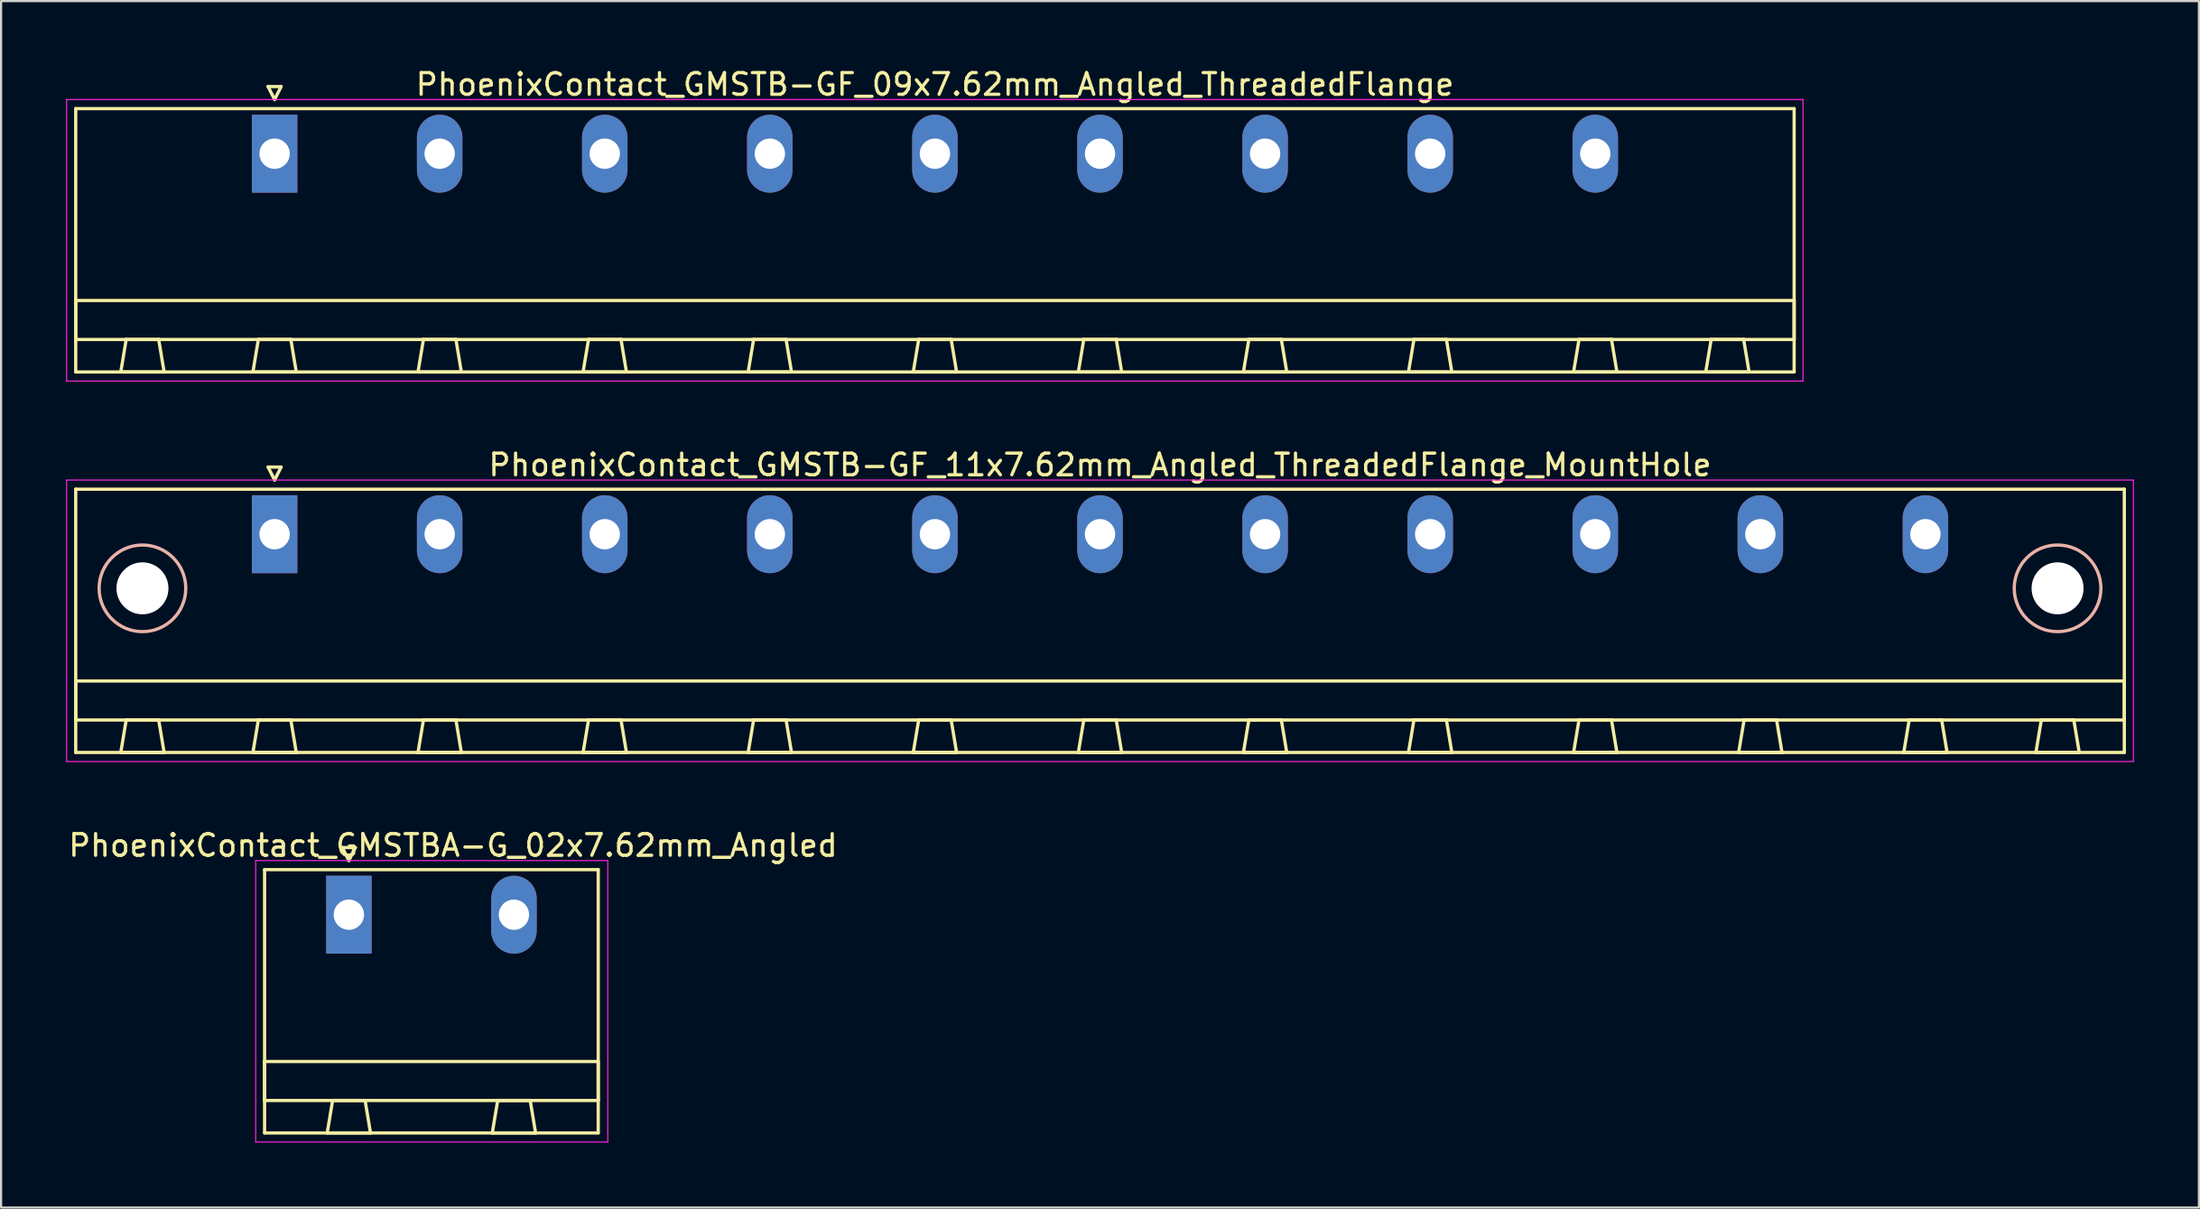
<source format=kicad_pcb>
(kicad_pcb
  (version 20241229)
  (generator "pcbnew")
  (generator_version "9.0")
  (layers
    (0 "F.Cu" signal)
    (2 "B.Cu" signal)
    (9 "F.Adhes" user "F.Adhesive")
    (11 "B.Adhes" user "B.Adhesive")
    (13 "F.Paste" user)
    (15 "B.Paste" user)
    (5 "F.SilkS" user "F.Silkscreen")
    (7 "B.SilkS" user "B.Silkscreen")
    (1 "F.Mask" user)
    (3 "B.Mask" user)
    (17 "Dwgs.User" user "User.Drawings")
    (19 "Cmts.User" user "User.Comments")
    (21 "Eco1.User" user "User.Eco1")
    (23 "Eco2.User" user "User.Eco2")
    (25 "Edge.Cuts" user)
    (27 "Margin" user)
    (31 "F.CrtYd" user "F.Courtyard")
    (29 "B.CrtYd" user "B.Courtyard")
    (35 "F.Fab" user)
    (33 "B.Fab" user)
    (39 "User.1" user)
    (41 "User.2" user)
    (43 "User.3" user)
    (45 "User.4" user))
  (footprint "PhoenixContact_GMSTB-GF_09x7.62mm_Angled_ThreadedFlange"
    (layer "F.Cu")
    (at 9.625 4.048)
    (property "Reference" "PhoenixContact_GMSTB-GF_09x7.62mm_Angled_ThreadedFlange" (at 30.48 -3.2 0) (layer "F.SilkS") (effects (font (size 1 1) (thickness 0.15))))
    (attr through_hole)
    (fp_line (start -9.18 -2.08) (end -9.18 10.08) (stroke (width 0.15) (type solid)) (layer "F.SilkS"))
    (fp_line (start -9.18 6.78) (end 70.14 6.78) (stroke (width 0.15) (type solid)) (layer "F.SilkS"))
    (fp_line (start -9.18 8.58) (end -9.18 6.78) (stroke (width 0.15) (type solid)) (layer "F.SilkS"))
    (fp_line (start -9.18 10.08) (end 70.14 10.08) (stroke (width 0.15) (type solid)) (layer "F.SilkS"))
    (fp_line (start -7.1 10.08) (end -5.1 10.08) (stroke (width 0.15) (type solid)) (layer "F.SilkS"))
    (fp_line (start -6.85 8.58) (end -7.1 10.08) (stroke (width 0.15) (type solid)) (layer "F.SilkS"))
    (fp_line (start -5.35 8.58) (end -6.85 8.58) (stroke (width 0.15) (type solid)) (layer "F.SilkS"))
    (fp_line (start -5.1 10.08) (end -5.35 8.58) (stroke (width 0.15) (type solid)) (layer "F.SilkS"))
    (fp_line (start -1 10.08) (end 1 10.08) (stroke (width 0.15) (type solid)) (layer "F.SilkS"))
    (fp_line (start -0.75 8.58) (end -1 10.08) (stroke (width 0.15) (type solid)) (layer "F.SilkS"))
    (fp_line (start -0.3 -3.1) (end 0 -2.5) (stroke (width 0.15) (type solid)) (layer "F.SilkS"))
    (fp_line (start 0 -2.5) (end 0.3 -3.1) (stroke (width 0.15) (type solid)) (layer "F.SilkS"))
    (fp_line (start 0.3 -3.1) (end -0.3 -3.1) (stroke (width 0.15) (type solid)) (layer "F.SilkS"))
    (fp_line (start 0.75 8.58) (end -0.75 8.58) (stroke (width 0.15) (type solid)) (layer "F.SilkS"))
    (fp_line (start 1 10.08) (end 0.75 8.58) (stroke (width 0.15) (type solid)) (layer "F.SilkS"))
    (fp_line (start 6.62 10.08) (end 8.62 10.08) (stroke (width 0.15) (type solid)) (layer "F.SilkS"))
    (fp_line (start 6.87 8.58) (end 6.62 10.08) (stroke (width 0.15) (type solid)) (layer "F.SilkS"))
    (fp_line (start 8.37 8.58) (end 6.87 8.58) (stroke (width 0.15) (type solid)) (layer "F.SilkS"))
    (fp_line (start 8.62 10.08) (end 8.37 8.58) (stroke (width 0.15) (type solid)) (layer "F.SilkS"))
    (fp_line (start 14.24 10.08) (end 16.24 10.08) (stroke (width 0.15) (type solid)) (layer "F.SilkS"))
    (fp_line (start 14.49 8.58) (end 14.24 10.08) (stroke (width 0.15) (type solid)) (layer "F.SilkS"))
    (fp_line (start 15.99 8.58) (end 14.49 8.58) (stroke (width 0.15) (type solid)) (layer "F.SilkS"))
    (fp_line (start 16.24 10.08) (end 15.99 8.58) (stroke (width 0.15) (type solid)) (layer "F.SilkS"))
    (fp_line (start 21.86 10.08) (end 23.86 10.08) (stroke (width 0.15) (type solid)) (layer "F.SilkS"))
    (fp_line (start 22.11 8.58) (end 21.86 10.08) (stroke (width 0.15) (type solid)) (layer "F.SilkS"))
    (fp_line (start 23.61 8.58) (end 22.11 8.58) (stroke (width 0.15) (type solid)) (layer "F.SilkS"))
    (fp_line (start 23.86 10.08) (end 23.61 8.58) (stroke (width 0.15) (type solid)) (layer "F.SilkS"))
    (fp_line (start 29.48 10.08) (end 31.48 10.08) (stroke (width 0.15) (type solid)) (layer "F.SilkS"))
    (fp_line (start 29.73 8.58) (end 29.48 10.08) (stroke (width 0.15) (type solid)) (layer "F.SilkS"))
    (fp_line (start 31.23 8.58) (end 29.73 8.58) (stroke (width 0.15) (type solid)) (layer "F.SilkS"))
    (fp_line (start 31.48 10.08) (end 31.23 8.58) (stroke (width 0.15) (type solid)) (layer "F.SilkS"))
    (fp_line (start 37.1 10.08) (end 39.1 10.08) (stroke (width 0.15) (type solid)) (layer "F.SilkS"))
    (fp_line (start 37.35 8.58) (end 37.1 10.08) (stroke (width 0.15) (type solid)) (layer "F.SilkS"))
    (fp_line (start 38.85 8.58) (end 37.35 8.58) (stroke (width 0.15) (type solid)) (layer "F.SilkS"))
    (fp_line (start 39.1 10.08) (end 38.85 8.58) (stroke (width 0.15) (type solid)) (layer "F.SilkS"))
    (fp_line (start 44.72 10.08) (end 46.72 10.08) (stroke (width 0.15) (type solid)) (layer "F.SilkS"))
    (fp_line (start 44.97 8.58) (end 44.72 10.08) (stroke (width 0.15) (type solid)) (layer "F.SilkS"))
    (fp_line (start 46.47 8.58) (end 44.97 8.58) (stroke (width 0.15) (type solid)) (layer "F.SilkS"))
    (fp_line (start 46.72 10.08) (end 46.47 8.58) (stroke (width 0.15) (type solid)) (layer "F.SilkS"))
    (fp_line (start 52.34 10.08) (end 54.34 10.08) (stroke (width 0.15) (type solid)) (layer "F.SilkS"))
    (fp_line (start 52.59 8.58) (end 52.34 10.08) (stroke (width 0.15) (type solid)) (layer "F.SilkS"))
    (fp_line (start 54.09 8.58) (end 52.59 8.58) (stroke (width 0.15) (type solid)) (layer "F.SilkS"))
    (fp_line (start 54.34 10.08) (end 54.09 8.58) (stroke (width 0.15) (type solid)) (layer "F.SilkS"))
    (fp_line (start 59.96 10.08) (end 61.96 10.08) (stroke (width 0.15) (type solid)) (layer "F.SilkS"))
    (fp_line (start 60.21 8.58) (end 59.96 10.08) (stroke (width 0.15) (type solid)) (layer "F.SilkS"))
    (fp_line (start 61.71 8.58) (end 60.21 8.58) (stroke (width 0.15) (type solid)) (layer "F.SilkS"))
    (fp_line (start 61.96 10.08) (end 61.71 8.58) (stroke (width 0.15) (type solid)) (layer "F.SilkS"))
    (fp_line (start 66.06 10.08) (end 68.06 10.08) (stroke (width 0.15) (type solid)) (layer "F.SilkS"))
    (fp_line (start 66.31 8.58) (end 66.06 10.08) (stroke (width 0.15) (type solid)) (layer "F.SilkS"))
    (fp_line (start 67.81 8.58) (end 66.31 8.58) (stroke (width 0.15) (type solid)) (layer "F.SilkS"))
    (fp_line (start 68.06 10.08) (end 67.81 8.58) (stroke (width 0.15) (type solid)) (layer "F.SilkS"))
    (fp_line (start 70.14 -2.08) (end -9.18 -2.08) (stroke (width 0.15) (type solid)) (layer "F.SilkS"))
    (fp_line (start 70.14 6.78) (end 70.14 8.58) (stroke (width 0.15) (type solid)) (layer "F.SilkS"))
    (fp_line (start 70.14 8.58) (end -9.18 8.58) (stroke (width 0.15) (type solid)) (layer "F.SilkS"))
    (fp_line (start 70.14 10.08) (end 70.14 -2.08) (stroke (width 0.15) (type solid)) (layer "F.SilkS"))
    (fp_line (start -9.6 -2.5) (end -9.6 10.5) (stroke (width 0.05) (type solid)) (layer "F.CrtYd"))
    (fp_line (start -9.6 10.5) (end 70.55 10.5) (stroke (width 0.05) (type solid)) (layer "F.CrtYd"))
    (fp_line (start 70.55 -2.5) (end -9.6 -2.5) (stroke (width 0.05) (type solid)) (layer "F.CrtYd"))
    (fp_line (start 70.55 10.5) (end 70.55 -2.5) (stroke (width 0.05) (type solid)) (layer "F.CrtYd"))
    (pad "1" thru_hole rect (at 0 0) (size 2.1 3.6) (drill 1.4) (layers "*.Cu" "*.Mask"))
    (pad "2" thru_hole oval (at 7.62 0) (size 2.1 3.6) (drill 1.4) (layers "*.Cu" "*.Mask"))
    (pad "3" thru_hole oval (at 15.24 0) (size 2.1 3.6) (drill 1.4) (layers "*.Cu" "*.Mask"))
    (pad "4" thru_hole oval (at 22.86 0) (size 2.1 3.6) (drill 1.4) (layers "*.Cu" "*.Mask"))
    (pad "5" thru_hole oval (at 30.48 0) (size 2.1 3.6) (drill 1.4) (layers "*.Cu" "*.Mask"))
    (pad "6" thru_hole oval (at 38.1 0) (size 2.1 3.6) (drill 1.4) (layers "*.Cu" "*.Mask"))
    (pad "7" thru_hole oval (at 45.72 0) (size 2.1 3.6) (drill 1.4) (layers "*.Cu" "*.Mask"))
    (pad "8" thru_hole oval (at 53.34 0) (size 2.1 3.6) (drill 1.4) (layers "*.Cu" "*.Mask"))
    (pad "9" thru_hole oval (at 60.96 0) (size 2.1 3.6) (drill 1.4) (layers "*.Cu" "*.Mask")))
  (footprint "PhoenixContact_GMSTBA-G_02x7.62mm_Angled"
    (layer "F.Cu")
    (at 13.053 39.195)
    (property "Reference" "PhoenixContact_GMSTBA-G_02x7.62mm_Angled" (at 4.81 -3.2 0) (layer "F.SilkS") (effects (font (size 1 1) (thickness 0.15))))
    (attr through_hole)
    (fp_line (start -3.89 -2.08) (end -3.89 10.08) (stroke (width 0.15) (type solid)) (layer "F.SilkS"))
    (fp_line (start -3.89 6.78) (end 11.51 6.78) (stroke (width 0.15) (type solid)) (layer "F.SilkS"))
    (fp_line (start -3.89 8.58) (end -3.89 6.78) (stroke (width 0.15) (type solid)) (layer "F.SilkS"))
    (fp_line (start -3.89 10.08) (end 11.51 10.08) (stroke (width 0.15) (type solid)) (layer "F.SilkS"))
    (fp_line (start -1 10.08) (end 1 10.08) (stroke (width 0.15) (type solid)) (layer "F.SilkS"))
    (fp_line (start -0.75 8.58) (end -1 10.08) (stroke (width 0.15) (type solid)) (layer "F.SilkS"))
    (fp_line (start -0.3 -3.1) (end 0 -2.5) (stroke (width 0.15) (type solid)) (layer "F.SilkS"))
    (fp_line (start 0 -2.5) (end 0.3 -3.1) (stroke (width 0.15) (type solid)) (layer "F.SilkS"))
    (fp_line (start 0.3 -3.1) (end -0.3 -3.1) (stroke (width 0.15) (type solid)) (layer "F.SilkS"))
    (fp_line (start 0.75 8.58) (end -0.75 8.58) (stroke (width 0.15) (type solid)) (layer "F.SilkS"))
    (fp_line (start 1 10.08) (end 0.75 8.58) (stroke (width 0.15) (type solid)) (layer "F.SilkS"))
    (fp_line (start 6.62 10.08) (end 8.62 10.08) (stroke (width 0.15) (type solid)) (layer "F.SilkS"))
    (fp_line (start 6.87 8.58) (end 6.62 10.08) (stroke (width 0.15) (type solid)) (layer "F.SilkS"))
    (fp_line (start 8.37 8.58) (end 6.87 8.58) (stroke (width 0.15) (type solid)) (layer "F.SilkS"))
    (fp_line (start 8.62 10.08) (end 8.37 8.58) (stroke (width 0.15) (type solid)) (layer "F.SilkS"))
    (fp_line (start 11.51 -2.08) (end -3.89 -2.08) (stroke (width 0.15) (type solid)) (layer "F.SilkS"))
    (fp_line (start 11.51 6.78) (end 11.51 8.58) (stroke (width 0.15) (type solid)) (layer "F.SilkS"))
    (fp_line (start 11.51 8.58) (end -3.89 8.58) (stroke (width 0.15) (type solid)) (layer "F.SilkS"))
    (fp_line (start 11.51 10.08) (end 11.51 -2.08) (stroke (width 0.15) (type solid)) (layer "F.SilkS"))
    (fp_line (start -4.3 -2.5) (end -4.3 10.5) (stroke (width 0.05) (type solid)) (layer "F.CrtYd"))
    (fp_line (start -4.3 10.5) (end 11.95 10.5) (stroke (width 0.05) (type solid)) (layer "F.CrtYd"))
    (fp_line (start 11.95 -2.5) (end -4.3 -2.5) (stroke (width 0.05) (type solid)) (layer "F.CrtYd"))
    (fp_line (start 11.95 10.5) (end 11.95 -2.5) (stroke (width 0.05) (type solid)) (layer "F.CrtYd"))
    (pad "1" thru_hole rect (at 0 0) (size 2.1 3.6) (drill 1.4) (layers "*.Cu" "*.Mask"))
    (pad "2" thru_hole oval (at 7.62 0) (size 2.1 3.6) (drill 1.4) (layers "*.Cu" "*.Mask")))
  (footprint "PhoenixContact_GMSTB-GF_11x7.62mm_Angled_ThreadedFlange_MountHole"
    (layer "F.Cu")
    (at 9.625 21.622)
    (property "Reference" "PhoenixContact_GMSTB-GF_11x7.62mm_Angled_ThreadedFlange_MountHole" (at 38.1 -3.2 0) (layer "F.SilkS") (effects (font (size 1 1) (thickness 0.15))))
    (attr through_hole)
    (fp_line (start -9.18 -2.08) (end -9.18 10.08) (stroke (width 0.15) (type solid)) (layer "F.SilkS"))
    (fp_line (start -9.18 6.78) (end 85.38 6.78) (stroke (width 0.15) (type solid)) (layer "F.SilkS"))
    (fp_line (start -9.18 8.58) (end -9.18 6.78) (stroke (width 0.15) (type solid)) (layer "F.SilkS"))
    (fp_line (start -9.18 10.08) (end 85.38 10.08) (stroke (width 0.15) (type solid)) (layer "F.SilkS"))
    (fp_line (start -7.1 10.08) (end -5.1 10.08) (stroke (width 0.15) (type solid)) (layer "F.SilkS"))
    (fp_line (start -6.85 8.58) (end -7.1 10.08) (stroke (width 0.15) (type solid)) (layer "F.SilkS"))
    (fp_line (start -5.35 8.58) (end -6.85 8.58) (stroke (width 0.15) (type solid)) (layer "F.SilkS"))
    (fp_line (start -5.1 10.08) (end -5.35 8.58) (stroke (width 0.15) (type solid)) (layer "F.SilkS"))
    (fp_line (start -1 10.08) (end 1 10.08) (stroke (width 0.15) (type solid)) (layer "F.SilkS"))
    (fp_line (start -0.75 8.58) (end -1 10.08) (stroke (width 0.15) (type solid)) (layer "F.SilkS"))
    (fp_line (start -0.3 -3.1) (end 0 -2.5) (stroke (width 0.15) (type solid)) (layer "F.SilkS"))
    (fp_line (start 0 -2.5) (end 0.3 -3.1) (stroke (width 0.15) (type solid)) (layer "F.SilkS"))
    (fp_line (start 0.3 -3.1) (end -0.3 -3.1) (stroke (width 0.15) (type solid)) (layer "F.SilkS"))
    (fp_line (start 0.75 8.58) (end -0.75 8.58) (stroke (width 0.15) (type solid)) (layer "F.SilkS"))
    (fp_line (start 1 10.08) (end 0.75 8.58) (stroke (width 0.15) (type solid)) (layer "F.SilkS"))
    (fp_line (start 6.62 10.08) (end 8.62 10.08) (stroke (width 0.15) (type solid)) (layer "F.SilkS"))
    (fp_line (start 6.87 8.58) (end 6.62 10.08) (stroke (width 0.15) (type solid)) (layer "F.SilkS"))
    (fp_line (start 8.37 8.58) (end 6.87 8.58) (stroke (width 0.15) (type solid)) (layer "F.SilkS"))
    (fp_line (start 8.62 10.08) (end 8.37 8.58) (stroke (width 0.15) (type solid)) (layer "F.SilkS"))
    (fp_line (start 14.24 10.08) (end 16.24 10.08) (stroke (width 0.15) (type solid)) (layer "F.SilkS"))
    (fp_line (start 14.49 8.58) (end 14.24 10.08) (stroke (width 0.15) (type solid)) (layer "F.SilkS"))
    (fp_line (start 15.99 8.58) (end 14.49 8.58) (stroke (width 0.15) (type solid)) (layer "F.SilkS"))
    (fp_line (start 16.24 10.08) (end 15.99 8.58) (stroke (width 0.15) (type solid)) (layer "F.SilkS"))
    (fp_line (start 21.86 10.08) (end 23.86 10.08) (stroke (width 0.15) (type solid)) (layer "F.SilkS"))
    (fp_line (start 22.11 8.58) (end 21.86 10.08) (stroke (width 0.15) (type solid)) (layer "F.SilkS"))
    (fp_line (start 23.61 8.58) (end 22.11 8.58) (stroke (width 0.15) (type solid)) (layer "F.SilkS"))
    (fp_line (start 23.86 10.08) (end 23.61 8.58) (stroke (width 0.15) (type solid)) (layer "F.SilkS"))
    (fp_line (start 29.48 10.08) (end 31.48 10.08) (stroke (width 0.15) (type solid)) (layer "F.SilkS"))
    (fp_line (start 29.73 8.58) (end 29.48 10.08) (stroke (width 0.15) (type solid)) (layer "F.SilkS"))
    (fp_line (start 31.23 8.58) (end 29.73 8.58) (stroke (width 0.15) (type solid)) (layer "F.SilkS"))
    (fp_line (start 31.48 10.08) (end 31.23 8.58) (stroke (width 0.15) (type solid)) (layer "F.SilkS"))
    (fp_line (start 37.1 10.08) (end 39.1 10.08) (stroke (width 0.15) (type solid)) (layer "F.SilkS"))
    (fp_line (start 37.35 8.58) (end 37.1 10.08) (stroke (width 0.15) (type solid)) (layer "F.SilkS"))
    (fp_line (start 38.85 8.58) (end 37.35 8.58) (stroke (width 0.15) (type solid)) (layer "F.SilkS"))
    (fp_line (start 39.1 10.08) (end 38.85 8.58) (stroke (width 0.15) (type solid)) (layer "F.SilkS"))
    (fp_line (start 44.72 10.08) (end 46.72 10.08) (stroke (width 0.15) (type solid)) (layer "F.SilkS"))
    (fp_line (start 44.97 8.58) (end 44.72 10.08) (stroke (width 0.15) (type solid)) (layer "F.SilkS"))
    (fp_line (start 46.47 8.58) (end 44.97 8.58) (stroke (width 0.15) (type solid)) (layer "F.SilkS"))
    (fp_line (start 46.72 10.08) (end 46.47 8.58) (stroke (width 0.15) (type solid)) (layer "F.SilkS"))
    (fp_line (start 52.34 10.08) (end 54.34 10.08) (stroke (width 0.15) (type solid)) (layer "F.SilkS"))
    (fp_line (start 52.59 8.58) (end 52.34 10.08) (stroke (width 0.15) (type solid)) (layer "F.SilkS"))
    (fp_line (start 54.09 8.58) (end 52.59 8.58) (stroke (width 0.15) (type solid)) (layer "F.SilkS"))
    (fp_line (start 54.34 10.08) (end 54.09 8.58) (stroke (width 0.15) (type solid)) (layer "F.SilkS"))
    (fp_line (start 59.96 10.08) (end 61.96 10.08) (stroke (width 0.15) (type solid)) (layer "F.SilkS"))
    (fp_line (start 60.21 8.58) (end 59.96 10.08) (stroke (width 0.15) (type solid)) (layer "F.SilkS"))
    (fp_line (start 61.71 8.58) (end 60.21 8.58) (stroke (width 0.15) (type solid)) (layer "F.SilkS"))
    (fp_line (start 61.96 10.08) (end 61.71 8.58) (stroke (width 0.15) (type solid)) (layer "F.SilkS"))
    (fp_line (start 67.58 10.08) (end 69.58 10.08) (stroke (width 0.15) (type solid)) (layer "F.SilkS"))
    (fp_line (start 67.83 8.58) (end 67.58 10.08) (stroke (width 0.15) (type solid)) (layer "F.SilkS"))
    (fp_line (start 69.33 8.58) (end 67.83 8.58) (stroke (width 0.15) (type solid)) (layer "F.SilkS"))
    (fp_line (start 69.58 10.08) (end 69.33 8.58) (stroke (width 0.15) (type solid)) (layer "F.SilkS"))
    (fp_line (start 75.2 10.08) (end 77.2 10.08) (stroke (width 0.15) (type solid)) (layer "F.SilkS"))
    (fp_line (start 75.45 8.58) (end 75.2 10.08) (stroke (width 0.15) (type solid)) (layer "F.SilkS"))
    (fp_line (start 76.95 8.58) (end 75.45 8.58) (stroke (width 0.15) (type solid)) (layer "F.SilkS"))
    (fp_line (start 77.2 10.08) (end 76.95 8.58) (stroke (width 0.15) (type solid)) (layer "F.SilkS"))
    (fp_line (start 81.3 10.08) (end 83.3 10.08) (stroke (width 0.15) (type solid)) (layer "F.SilkS"))
    (fp_line (start 81.55 8.58) (end 81.3 10.08) (stroke (width 0.15) (type solid)) (layer "F.SilkS"))
    (fp_line (start 83.05 8.58) (end 81.55 8.58) (stroke (width 0.15) (type solid)) (layer "F.SilkS"))
    (fp_line (start 83.3 10.08) (end 83.05 8.58) (stroke (width 0.15) (type solid)) (layer "F.SilkS"))
    (fp_line (start 85.38 -2.08) (end -9.18 -2.08) (stroke (width 0.15) (type solid)) (layer "F.SilkS"))
    (fp_line (start 85.38 6.78) (end 85.38 8.58) (stroke (width 0.15) (type solid)) (layer "F.SilkS"))
    (fp_line (start 85.38 8.58) (end -9.18 8.58) (stroke (width 0.15) (type solid)) (layer "F.SilkS"))
    (fp_line (start 85.38 10.08) (end 85.38 -2.08) (stroke (width 0.15) (type solid)) (layer "F.SilkS"))
    (fp_circle (center -6.1 2.5) (end -4.1 2.5) (stroke (width 0.15) (type solid)) (fill no) (layer "B.SilkS"))
    (fp_circle (center 82.3 2.5) (end 84.3 2.5) (stroke (width 0.15) (type solid)) (fill no) (layer "B.SilkS"))
    (fp_line (start -9.6 -2.5) (end -9.6 10.5) (stroke (width 0.05) (type solid)) (layer "F.CrtYd"))
    (fp_line (start -9.6 10.5) (end 85.8 10.5) (stroke (width 0.05) (type solid)) (layer "F.CrtYd"))
    (fp_line (start 85.8 -2.5) (end -9.6 -2.5) (stroke (width 0.05) (type solid)) (layer "F.CrtYd"))
    (fp_line (start 85.8 10.5) (end 85.8 -2.5) (stroke (width 0.05) (type solid)) (layer "F.CrtYd"))
    (pad "" np_thru_hole circle (at -6.1 2.5) (size 2.4 2.4) (drill 2.4) (layers "*.Cu" "*.Mask"))
    (pad "" np_thru_hole circle (at 82.3 2.5) (size 2.4 2.4) (drill 2.4) (layers "*.Cu" "*.Mask"))
    (pad "1" thru_hole rect (at 0 0) (size 2.1 3.6) (drill 1.4) (layers "*.Cu" "*.Mask"))
    (pad "2" thru_hole oval (at 7.62 0) (size 2.1 3.6) (drill 1.4) (layers "*.Cu" "*.Mask"))
    (pad "3" thru_hole oval (at 15.24 0) (size 2.1 3.6) (drill 1.4) (layers "*.Cu" "*.Mask"))
    (pad "4" thru_hole oval (at 22.86 0) (size 2.1 3.6) (drill 1.4) (layers "*.Cu" "*.Mask"))
    (pad "5" thru_hole oval (at 30.48 0) (size 2.1 3.6) (drill 1.4) (layers "*.Cu" "*.Mask"))
    (pad "6" thru_hole oval (at 38.1 0) (size 2.1 3.6) (drill 1.4) (layers "*.Cu" "*.Mask"))
    (pad "7" thru_hole oval (at 45.72 0) (size 2.1 3.6) (drill 1.4) (layers "*.Cu" "*.Mask"))
    (pad "8" thru_hole oval (at 53.34 0) (size 2.1 3.6) (drill 1.4) (layers "*.Cu" "*.Mask"))
    (pad "9" thru_hole oval (at 60.96 0) (size 2.1 3.6) (drill 1.4) (layers "*.Cu" "*.Mask"))
    (pad "10" thru_hole oval (at 68.58 0) (size 2.1 3.6) (drill 1.4) (layers "*.Cu" "*.Mask"))
    (pad "11" thru_hole oval (at 76.2 0) (size 2.1 3.6) (drill 1.4) (layers "*.Cu" "*.Mask")))
  (gr_rect
    (start -3 -3)
    (end 98.45 52.72)
    (stroke (width 0.1) (type default))
    (fill no)
    (layer "Edge.Cuts")))
</source>
